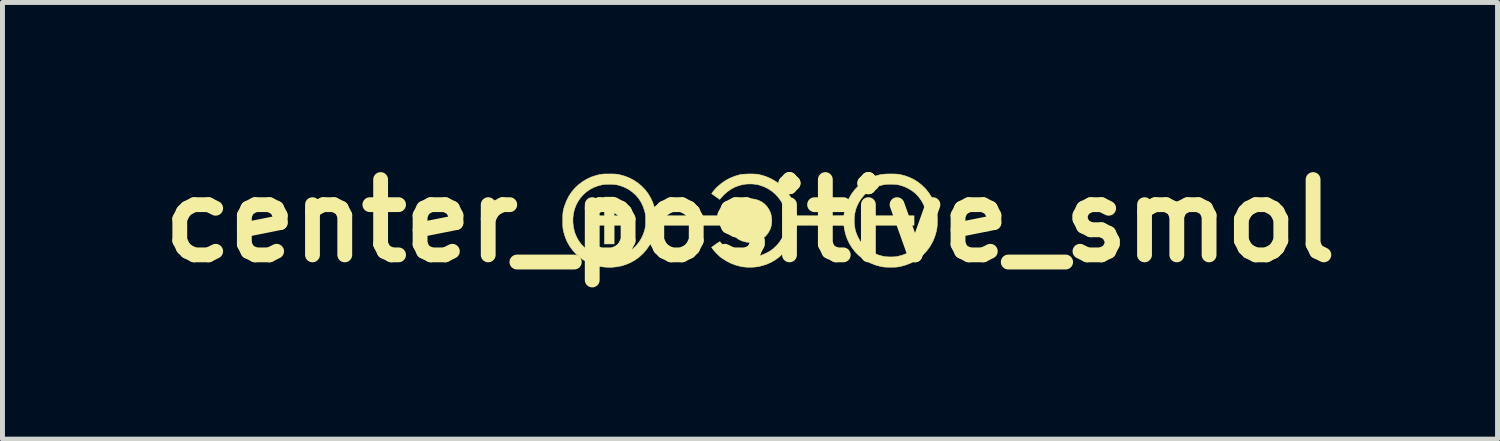
<source format=kicad_pcb>
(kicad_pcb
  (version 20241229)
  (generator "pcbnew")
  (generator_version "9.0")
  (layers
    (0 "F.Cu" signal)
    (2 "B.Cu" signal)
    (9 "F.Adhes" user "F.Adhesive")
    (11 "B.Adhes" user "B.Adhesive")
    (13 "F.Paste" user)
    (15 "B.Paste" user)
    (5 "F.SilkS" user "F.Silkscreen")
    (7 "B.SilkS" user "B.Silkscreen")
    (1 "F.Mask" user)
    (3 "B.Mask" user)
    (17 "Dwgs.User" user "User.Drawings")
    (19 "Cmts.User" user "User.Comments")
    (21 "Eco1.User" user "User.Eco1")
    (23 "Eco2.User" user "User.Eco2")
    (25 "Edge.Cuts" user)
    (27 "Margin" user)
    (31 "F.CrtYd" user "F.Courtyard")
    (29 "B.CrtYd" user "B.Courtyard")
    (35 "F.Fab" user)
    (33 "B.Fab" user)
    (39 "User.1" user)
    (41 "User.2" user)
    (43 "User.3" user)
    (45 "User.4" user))
  (footprint "center_positive_smol"
    (layer "F.Cu")
    (at 12.127 1.418)
    (property "Reference" "center_positive_smol" (at 0 0 0) (layer "F.SilkS") (effects (font (size 1.524 1.524) (thickness 0.3))))
    (attr through_hole)
    (fp_poly (pts (xy 2.371 -0.101) (xy 3.319 -0.101) (xy 3.319 0.089) (xy 2.371 0.089) (xy 2.371 -0.101)) (stroke (width 0.01) (type solid)) (fill yes) (layer "F.SilkS"))
    (fp_poly (pts (xy -2.946 0.089) (xy -3.325 0.089) (xy -3.325 -0.101) (xy -2.946 -0.101) (xy -2.946 -0.48) (xy -2.75 -0.48) (xy -2.75 -0.101) (xy -2.371 -0.101) (xy -2.371 0.089) (xy -2.75 0.089) (xy -2.75 0.468) (xy -2.946 0.468) (xy -2.946 0.089)) (stroke (width 0.01) (type solid)) (fill yes) (layer "F.SilkS"))
    (fp_poly (pts (xy -2.995 0.931) (xy -3.098 0.912) (xy -3.196 0.881) (xy -3.29 0.84) (xy -3.378 0.788) (xy -3.461 0.725) (xy -3.524 0.667) (xy -3.592 0.592) (xy -3.65 0.512) (xy -3.698 0.428) (xy -3.737 0.337) (xy -3.767 0.238) (xy -3.776 0.201) (xy -3.781 0.18) (xy -3.784 0.161) (xy -3.787 0.141) (xy -3.788 0.119) (xy -3.789 0.092) (xy -3.79 0.058) (xy -3.79 0.015) (xy -3.79 -0.006) (xy -3.79 -0.06) (xy -3.789 -0.104) (xy -3.787 -0.141) (xy -3.784 -0.174) (xy -3.779 -0.204) (xy -3.772 -0.235) (xy -3.763 -0.268) (xy -3.751 -0.307) (xy -3.75 -0.308) (xy -3.713 -0.405) (xy -3.667 -0.496) (xy -3.611 -0.581) (xy -3.546 -0.658) (xy -3.473 -0.728) (xy -3.393 -0.789) (xy -3.306 -0.842) (xy -3.214 -0.885) (xy -3.115 -0.918) (xy -3.049 -0.934) (xy -3.024 -0.939) (xy -3.001 -0.942) (xy -2.979 -0.945) (xy -2.954 -0.947) (xy -2.925 -0.947) (xy -2.889 -0.948) (xy -2.844 -0.948) (xy -2.844 -0.948) (xy -2.798 -0.948) (xy -2.761 -0.947) (xy -2.732 -0.946) (xy -2.707 -0.944) (xy -2.684 -0.941) (xy -2.662 -0.937) (xy -2.646 -0.934) (xy -2.544 -0.907) (xy -2.447 -0.87) (xy -2.356 -0.823) (xy -2.272 -0.767) (xy -2.195 -0.703) (xy -2.125 -0.631) (xy -2.064 -0.551) (xy -2.012 -0.465) (xy -1.969 -0.373) (xy -1.936 -0.276) (xy -1.914 -0.179) (xy -1.909 -0.152) (xy -1.906 -0.129) (xy -1.903 -0.113) (xy -1.902 -0.106) (xy -1.897 -0.105) (xy -1.879 -0.105) (xy -1.852 -0.104) (xy -1.814 -0.103) (xy -1.766 -0.103) (xy -1.709 -0.102) (xy -1.644 -0.102) (xy -1.57 -0.102) (xy -1.489 -0.101) (xy -1.402 -0.101) (xy -1.307 -0.101) (xy -1.207 -0.101) (xy -1.169 -0.101) (xy -0.435 -0.101) (xy -0.427 -0.131) (xy -0.421 -0.15) (xy -0.411 -0.176) (xy -0.398 -0.203) (xy -0.392 -0.216) (xy -0.376 -0.246) (xy -0.36 -0.27) (xy -0.34 -0.294) (xy -0.317 -0.317) (xy -0.277 -0.354) (xy -0.238 -0.382) (xy -0.197 -0.404) (xy -0.153 -0.422) (xy -0.087 -0.44) (xy -0.019 -0.447) (xy 0.049 -0.444) (xy 0.116 -0.432) (xy 0.179 -0.411) (xy 0.238 -0.381) (xy 0.291 -0.342) (xy 0.337 -0.295) (xy 0.347 -0.283) (xy 0.386 -0.223) (xy 0.414 -0.163) (xy 0.431 -0.099) (xy 0.439 -0.03) (xy 0.44 -0.006) (xy 0.439 0.016) (xy -2.113 0.016) (xy -2.113 -0.015) (xy -2.114 -0.055) (xy -2.114 -0.086) (xy -2.116 -0.111) (xy -2.118 -0.132) (xy -2.121 -0.152) (xy -2.126 -0.173) (xy -2.133 -0.199) (xy -2.162 -0.287) (xy -2.201 -0.37) (xy -2.249 -0.446) (xy -2.307 -0.515) (xy -2.373 -0.576) (xy -2.446 -0.629) (xy -2.503 -0.661) (xy -2.58 -0.695) (xy -2.658 -0.72) (xy -2.711 -0.731) (xy -2.748 -0.736) (xy -2.793 -0.739) (xy -2.842 -0.74) (xy -2.892 -0.739) (xy -2.937 -0.737) (xy -2.976 -0.732) (xy -2.979 -0.732) (xy -3.07 -0.71) (xy -3.156 -0.679) (xy -3.236 -0.637) (xy -3.309 -0.587) (xy -3.375 -0.528) (xy -3.434 -0.461) (xy -3.484 -0.387) (xy -3.525 -0.306) (xy -3.553 -0.23) (xy -3.574 -0.141) (xy -3.584 -0.05) (xy -3.583 0.043) (xy -3.572 0.135) (xy -3.551 0.226) (xy -3.546 0.24) (xy -3.512 0.324) (xy -3.469 0.402) (xy -3.416 0.474) (xy -3.355 0.538) (xy -3.287 0.594) (xy -3.211 0.641) (xy -3.128 0.68) (xy -3.04 0.709) (xy -2.988 0.721) (xy -2.942 0.727) (xy -2.889 0.731) (xy -2.832 0.731) (xy -2.776 0.729) (xy -2.723 0.723) (xy -2.691 0.718) (xy -2.6 0.693) (xy -2.515 0.658) (xy -2.436 0.614) (xy -2.365 0.561) (xy -2.3 0.499) (xy -2.244 0.43) (xy -2.197 0.353) (xy -2.159 0.27) (xy -2.147 0.234) (xy -2.135 0.197) (xy -2.126 0.163) (xy -2.12 0.132) (xy -2.116 0.098) (xy -2.114 0.061) (xy -2.113 0.016) (xy 0.439 0.016) (xy 0.436 0.057) (xy 0.426 0.113) (xy 0.408 0.168) (xy 0.394 0.199) (xy 0.358 0.258) (xy 0.315 0.309) (xy 0.266 0.351) (xy 0.211 0.386) (xy 0.151 0.411) (xy 0.089 0.429) (xy 0.024 0.437) (xy -0.041 0.436) (xy -0.106 0.425) (xy -0.169 0.405) (xy -0.229 0.376) (xy -0.286 0.336) (xy -0.31 0.315) (xy -0.343 0.28) (xy -0.373 0.238) (xy -0.399 0.194) (xy -0.418 0.151) (xy -0.43 0.111) (xy -0.43 0.111) (xy -0.434 0.089) (xy -1.168 0.089) (xy -1.902 0.089) (xy -1.905 0.117) (xy -1.925 0.222) (xy -1.955 0.323) (xy -1.994 0.418) (xy -2.044 0.508) (xy -2.102 0.591) (xy -2.17 0.667) (xy -2.246 0.735) (xy -2.329 0.795) (xy -2.411 0.841) (xy -2.505 0.882) (xy -2.6 0.912) (xy -2.699 0.931) (xy -2.802 0.941) (xy -2.886 0.941) (xy -2.995 0.931)) (stroke (width 0.01) (type solid)) (fill yes) (layer "F.SilkS"))
    (fp_poly (pts (xy -0.078 0.938) (xy -0.138 0.932) (xy -0.176 0.926) (xy -0.282 0.899) (xy -0.382 0.862) (xy -0.476 0.814) (xy -0.565 0.756) (xy -0.648 0.687) (xy -0.658 0.678) (xy -0.676 0.66) (xy -0.696 0.639) (xy -0.716 0.616) (xy -0.736 0.593) (xy -0.754 0.571) (xy -0.767 0.554) (xy -0.775 0.542) (xy -0.776 0.538) (xy -0.772 0.534) (xy -0.759 0.524) (xy -0.741 0.51) (xy -0.719 0.494) (xy -0.695 0.477) (xy -0.671 0.46) (xy -0.649 0.445) (xy -0.631 0.433) (xy -0.618 0.425) (xy -0.615 0.424) (xy -0.607 0.426) (xy -0.594 0.439) (xy -0.588 0.447) (xy -0.562 0.479) (xy -0.529 0.514) (xy -0.491 0.548) (xy -0.452 0.58) (xy -0.445 0.586) (xy -0.371 0.635) (xy -0.296 0.673) (xy -0.215 0.703) (xy -0.142 0.721) (xy -0.103 0.727) (xy -0.057 0.731) (xy -0.006 0.732) (xy 0.045 0.731) (xy 0.093 0.728) (xy 0.134 0.722) (xy 0.142 0.721) (xy 0.235 0.695) (xy 0.322 0.659) (xy 0.403 0.614) (xy 0.476 0.56) (xy 0.542 0.498) (xy 0.599 0.428) (xy 0.648 0.351) (xy 0.688 0.267) (xy 0.717 0.176) (xy 0.727 0.136) (xy 0.732 0.103) (xy 0.736 0.062) (xy 0.738 0.016) (xy 0.738 -0.031) (xy 0.736 -0.076) (xy 0.733 -0.115) (xy 0.73 -0.139) (xy 0.706 -0.231) (xy 0.672 -0.317) (xy 0.628 -0.398) (xy 0.575 -0.472) (xy 0.514 -0.539) (xy 0.445 -0.597) (xy 0.369 -0.648) (xy 0.286 -0.689) (xy 0.198 -0.72) (xy 0.178 -0.726) (xy 0.118 -0.738) (xy 0.052 -0.745) (xy -0.016 -0.746) (xy -0.081 -0.743) (xy -0.119 -0.738) (xy -0.21 -0.718) (xy -0.295 -0.687) (xy -0.375 -0.646) (xy -0.451 -0.595) (xy -0.523 -0.533) (xy -0.587 -0.464) (xy -0.613 -0.433) (xy -0.693 -0.489) (xy -0.72 -0.508) (xy -0.743 -0.525) (xy -0.761 -0.538) (xy -0.772 -0.546) (xy -0.775 -0.548) (xy -0.774 -0.554) (xy -0.765 -0.567) (xy -0.752 -0.586) (xy -0.734 -0.607) (xy -0.714 -0.631) (xy -0.693 -0.654) (xy -0.672 -0.676) (xy -0.666 -0.683) (xy -0.588 -0.75) (xy -0.504 -0.81) (xy -0.412 -0.86) (xy -0.316 -0.9) (xy -0.216 -0.93) (xy -0.202 -0.934) (xy -0.173 -0.939) (xy -0.135 -0.942) (xy -0.09 -0.945) (xy -0.041 -0.947) (xy 0.008 -0.948) (xy 0.057 -0.947) (xy 0.102 -0.945) (xy 0.14 -0.943) (xy 0.165 -0.939) (xy 0.247 -0.92) (xy 0.332 -0.892) (xy 0.415 -0.856) (xy 0.492 -0.814) (xy 0.533 -0.788) (xy 0.618 -0.723) (xy 0.694 -0.65) (xy 0.76 -0.57) (xy 0.817 -0.484) (xy 0.864 -0.39) (xy 0.902 -0.29) (xy 0.929 -0.185) (xy 0.94 -0.126) (xy 0.943 -0.101) (xy 1.421 -0.102) (xy 1.899 -0.104) (xy 1.906 -0.155) (xy 1.927 -0.257) (xy 1.959 -0.357) (xy 2.002 -0.452) (xy 2.055 -0.543) (xy 2.119 -0.628) (xy 2.121 -0.63) (xy 2.185 -0.698) (xy 2.259 -0.76) (xy 2.339 -0.814) (xy 2.426 -0.861) (xy 2.516 -0.899) (xy 2.609 -0.927) (xy 2.667 -0.939) (xy 2.696 -0.942) (xy 2.734 -0.945) (xy 2.779 -0.947) (xy 2.827 -0.948) (xy 2.875 -0.948) (xy 2.922 -0.947) (xy 2.965 -0.945) (xy 3 -0.942) (xy 3.022 -0.939) (xy 3.126 -0.914) (xy 3.224 -0.879) (xy 3.316 -0.835) (xy 3.402 -0.781) (xy 3.48 -0.718) (xy 3.552 -0.647) (xy 3.615 -0.569) (xy 3.67 -0.483) (xy 3.715 -0.391) (xy 3.751 -0.293) (xy 3.777 -0.19) (xy 3.779 -0.181) (xy 3.785 -0.136) (xy 3.789 -0.084) (xy 3.791 -0.026) (xy 3.791 -0.026) (xy 3.582 -0.026) (xy 3.579 -0.083) (xy 3.573 -0.135) (xy 3.569 -0.158) (xy 3.544 -0.25) (xy 3.509 -0.335) (xy 3.465 -0.414) (xy 3.412 -0.486) (xy 3.351 -0.55) (xy 3.282 -0.606) (xy 3.207 -0.653) (xy 3.125 -0.692) (xy 3.037 -0.72) (xy 2.984 -0.731) (xy 2.948 -0.736) (xy 2.905 -0.739) (xy 2.857 -0.74) (xy 2.809 -0.74) (xy 2.763 -0.738) (xy 2.724 -0.734) (xy 2.712 -0.732) (xy 2.621 -0.71) (xy 2.535 -0.678) (xy 2.455 -0.636) (xy 2.381 -0.585) (xy 2.315 -0.526) (xy 2.256 -0.458) (xy 2.206 -0.382) (xy 2.165 -0.3) (xy 2.142 -0.239) (xy 2.122 -0.158) (xy 2.11 -0.072) (xy 2.108 0.016) (xy 2.115 0.103) (xy 2.13 0.188) (xy 2.149 0.25) (xy 2.186 0.336) (xy 2.232 0.415) (xy 2.287 0.486) (xy 2.35 0.549) (xy 2.42 0.604) (xy 2.499 0.65) (xy 2.583 0.687) (xy 2.675 0.714) (xy 2.706 0.721) (xy 2.749 0.727) (xy 2.798 0.73) (xy 2.852 0.731) (xy 2.905 0.73) (xy 2.953 0.726) (xy 2.983 0.721) (xy 3.077 0.697) (xy 3.164 0.664) (xy 3.244 0.621) (xy 3.318 0.568) (xy 3.385 0.506) (xy 3.442 0.438) (xy 3.489 0.364) (xy 3.528 0.284) (xy 3.557 0.196) (xy 3.572 0.133) (xy 3.578 0.086) (xy 3.582 0.032) (xy 3.582 -0.026) (xy 3.791 -0.026) (xy 3.79 0.033) (xy 3.788 0.09) (xy 3.783 0.142) (xy 3.776 0.182) (xy 3.758 0.26) (xy 3.735 0.331) (xy 3.706 0.401) (xy 3.692 0.43) (xy 3.641 0.52) (xy 3.58 0.603) (xy 3.511 0.678) (xy 3.434 0.745) (xy 3.35 0.803) (xy 3.259 0.852) (xy 3.161 0.891) (xy 3.058 0.92) (xy 3.031 0.926) (xy 3.007 0.931) (xy 2.983 0.934) (xy 2.959 0.937) (xy 2.932 0.938) (xy 2.898 0.939) (xy 2.856 0.939) (xy 2.842 0.939) (xy 2.798 0.939) (xy 2.764 0.938) (xy 2.736 0.937) (xy 2.712 0.935) (xy 2.689 0.932) (xy 2.665 0.927) (xy 2.641 0.923) (xy 2.538 0.895) (xy 2.442 0.857) (xy 2.351 0.81) (xy 2.266 0.754) (xy 2.189 0.69) (xy 2.12 0.618) (xy 2.059 0.538) (xy 2.007 0.452) (xy 1.964 0.36) (xy 1.931 0.263) (xy 1.909 0.16) (xy 1.906 0.143) (xy 1.899 0.092) (xy 1.421 0.09) (xy 0.943 0.089) (xy 0.939 0.117) (xy 0.919 0.222) (xy 0.889 0.321) (xy 0.848 0.415) (xy 0.797 0.503) (xy 0.735 0.587) (xy 0.667 0.661) (xy 0.59 0.732) (xy 0.51 0.791) (xy 0.425 0.84) (xy 0.335 0.88) (xy 0.238 0.91) (xy 0.171 0.926) (xy 0.115 0.934) (xy 0.053 0.939) (xy -0.013 0.94) (xy -0.078 0.938)) (stroke (width 0.01) (type solid)) (fill yes) (layer "F.SilkS")))
  (gr_rect
    (start -3 -3)
    (end 27.253 5.836)
    (stroke (width 0.1) (type default))
    (fill no)
    (layer "Edge.Cuts")))
</source>
